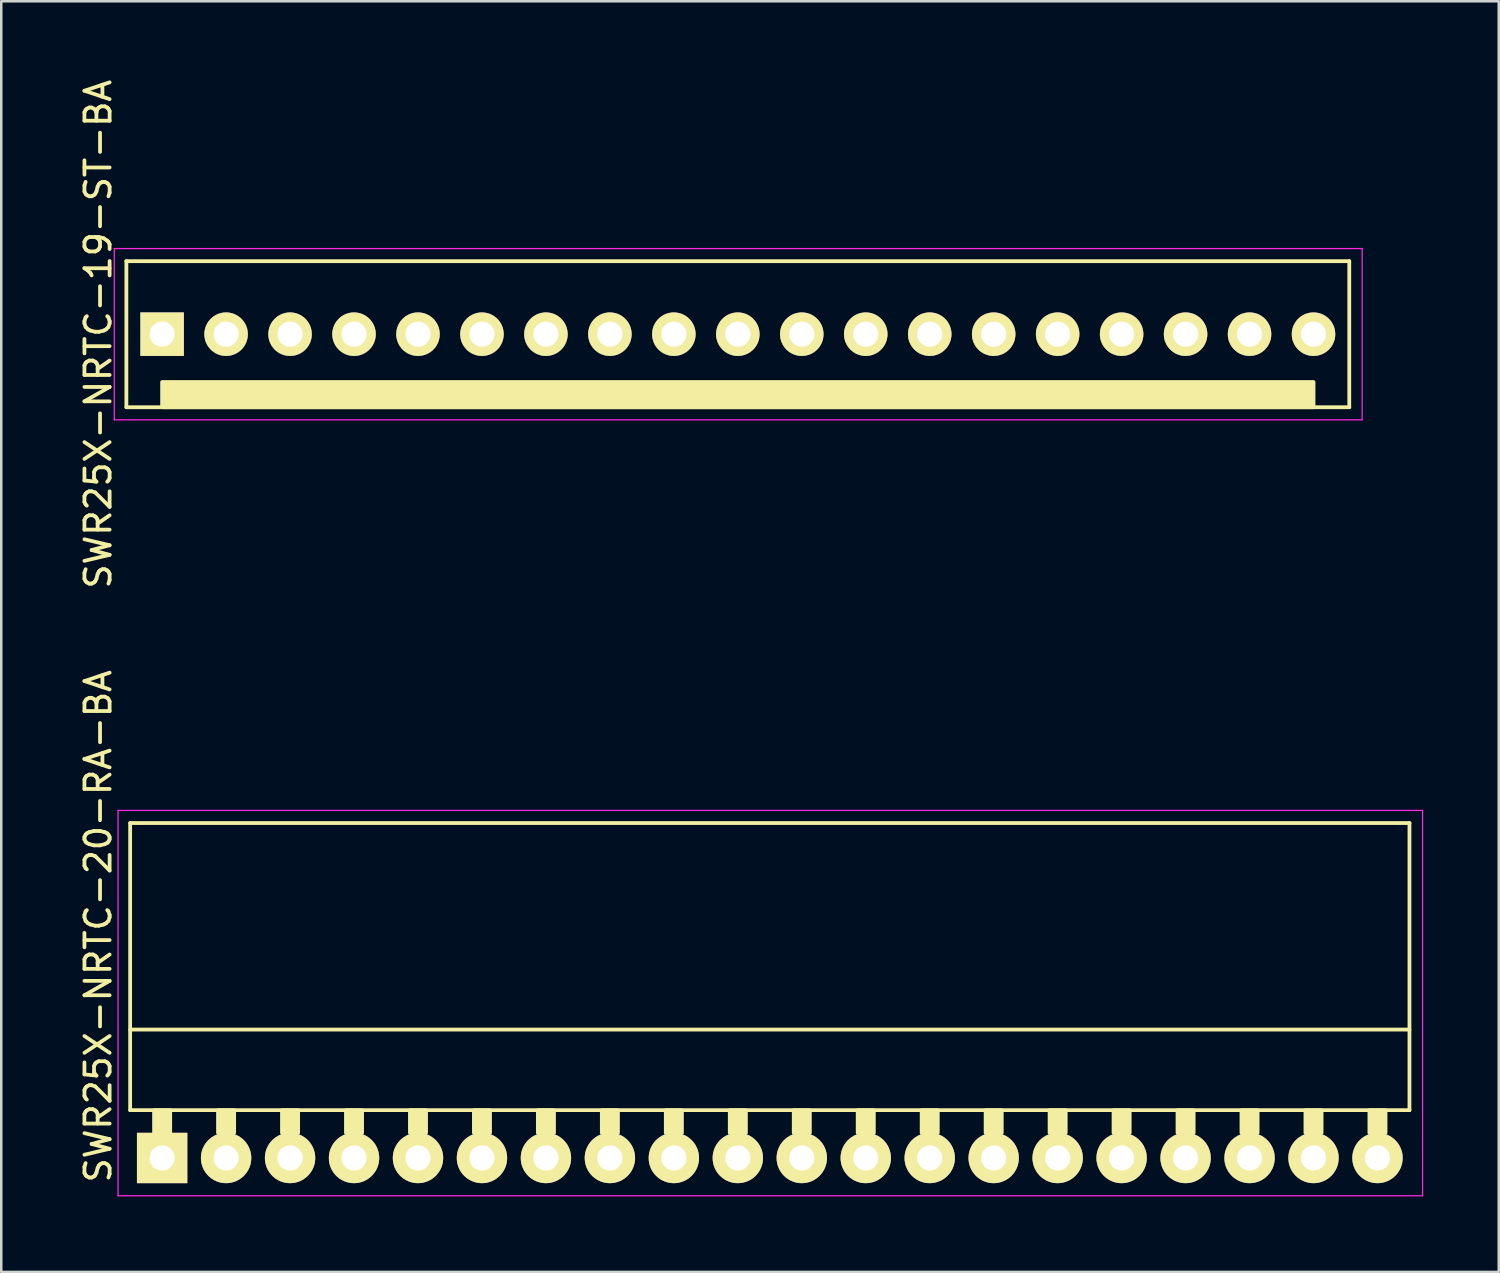
<source format=kicad_pcb>
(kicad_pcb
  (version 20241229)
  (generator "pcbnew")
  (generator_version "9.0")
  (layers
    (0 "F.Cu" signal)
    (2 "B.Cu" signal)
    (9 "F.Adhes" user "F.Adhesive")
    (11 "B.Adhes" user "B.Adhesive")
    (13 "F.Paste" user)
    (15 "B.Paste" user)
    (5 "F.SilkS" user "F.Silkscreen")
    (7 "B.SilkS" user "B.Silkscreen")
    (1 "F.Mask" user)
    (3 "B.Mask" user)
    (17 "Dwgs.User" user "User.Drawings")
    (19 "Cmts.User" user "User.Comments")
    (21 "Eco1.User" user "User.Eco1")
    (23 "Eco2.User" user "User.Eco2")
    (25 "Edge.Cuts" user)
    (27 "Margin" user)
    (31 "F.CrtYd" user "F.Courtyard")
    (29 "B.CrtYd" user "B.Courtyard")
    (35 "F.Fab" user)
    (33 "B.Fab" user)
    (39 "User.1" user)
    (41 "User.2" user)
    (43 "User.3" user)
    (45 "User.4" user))
  (footprint "SWR25X-NRTC-20-RA-BA"
    (layer "F.Cu")
    (at 3.388 42.932)
    (property "Reference" "SWR25X-NRTC-20-RA-BA" (at -2.54 -9.2 270) (layer "F.SilkS") (effects (font (size 1 1) (thickness 0.15))))
    (attr through_hole)
    (fp_line (start -1.27 -13.3) (end -1.27 -1.9) (stroke (width 0.15) (type solid)) (layer "F.SilkS"))
    (fp_line (start -1.27 -13.3) (end 49.53 -13.3) (stroke (width 0.15) (type solid)) (layer "F.SilkS"))
    (fp_line (start -1.27 -5.1) (end 49.53 -5.1) (stroke (width 0.15) (type solid)) (layer "F.SilkS"))
    (fp_line (start -1.27 -1.9) (end 49.53 -1.9) (stroke (width 0.15) (type solid)) (layer "F.SilkS"))
    (fp_line (start 49.53 -13.3) (end 49.53 -1.9) (stroke (width 0.15) (type solid)) (layer "F.SilkS"))
    (fp_poly (pts (xy 0.32 -1.9) (xy -0.32 -1.9) (xy -0.32 -1) (xy 0.32 -1)) (stroke (width 0.15) (type solid)) (fill yes) (layer "F.SilkS"))
    (fp_poly (pts (xy 2.86 -1.9) (xy 2.22 -1.9) (xy 2.22 -1) (xy 2.86 -1)) (stroke (width 0.15) (type solid)) (fill yes) (layer "F.SilkS"))
    (fp_poly (pts (xy 5.4 -1.9) (xy 4.76 -1.9) (xy 4.76 -1) (xy 5.4 -1)) (stroke (width 0.15) (type solid)) (fill yes) (layer "F.SilkS"))
    (fp_poly (pts (xy 7.94 -1.9) (xy 7.3 -1.9) (xy 7.3 -1) (xy 7.94 -1)) (stroke (width 0.15) (type solid)) (fill yes) (layer "F.SilkS"))
    (fp_poly (pts (xy 10.48 -1.9) (xy 9.84 -1.9) (xy 9.84 -1) (xy 10.48 -1)) (stroke (width 0.15) (type solid)) (fill yes) (layer "F.SilkS"))
    (fp_poly (pts (xy 13.02 -1.9) (xy 12.38 -1.9) (xy 12.38 -1) (xy 13.02 -1)) (stroke (width 0.15) (type solid)) (fill yes) (layer "F.SilkS"))
    (fp_poly (pts (xy 15.56 -1.9) (xy 14.92 -1.9) (xy 14.92 -1) (xy 15.56 -1)) (stroke (width 0.15) (type solid)) (fill yes) (layer "F.SilkS"))
    (fp_poly (pts (xy 18.1 -1.9) (xy 17.46 -1.9) (xy 17.46 -1) (xy 18.1 -1)) (stroke (width 0.15) (type solid)) (fill yes) (layer "F.SilkS"))
    (fp_poly (pts (xy 20.64 -1.9) (xy 20 -1.9) (xy 20 -1) (xy 20.64 -1)) (stroke (width 0.15) (type solid)) (fill yes) (layer "F.SilkS"))
    (fp_poly (pts (xy 23.18 -1.9) (xy 22.54 -1.9) (xy 22.54 -1) (xy 23.18 -1)) (stroke (width 0.15) (type solid)) (fill yes) (layer "F.SilkS"))
    (fp_poly (pts (xy 25.72 -1.9) (xy 25.08 -1.9) (xy 25.08 -1) (xy 25.72 -1)) (stroke (width 0.15) (type solid)) (fill yes) (layer "F.SilkS"))
    (fp_poly (pts (xy 28.26 -1.9) (xy 27.62 -1.9) (xy 27.62 -1) (xy 28.26 -1)) (stroke (width 0.15) (type solid)) (fill yes) (layer "F.SilkS"))
    (fp_poly (pts (xy 30.8 -1.9) (xy 30.16 -1.9) (xy 30.16 -1) (xy 30.8 -1)) (stroke (width 0.15) (type solid)) (fill yes) (layer "F.SilkS"))
    (fp_poly (pts (xy 33.34 -1.9) (xy 32.7 -1.9) (xy 32.7 -1) (xy 33.34 -1)) (stroke (width 0.15) (type solid)) (fill yes) (layer "F.SilkS"))
    (fp_poly (pts (xy 35.88 -1.9) (xy 35.24 -1.9) (xy 35.24 -1) (xy 35.88 -1)) (stroke (width 0.15) (type solid)) (fill yes) (layer "F.SilkS"))
    (fp_poly (pts (xy 38.42 -1.9) (xy 37.78 -1.9) (xy 37.78 -1) (xy 38.42 -1)) (stroke (width 0.15) (type solid)) (fill yes) (layer "F.SilkS"))
    (fp_poly (pts (xy 40.96 -1.9) (xy 40.32 -1.9) (xy 40.32 -1) (xy 40.96 -1)) (stroke (width 0.15) (type solid)) (fill yes) (layer "F.SilkS"))
    (fp_poly (pts (xy 43.5 -1.9) (xy 42.86 -1.9) (xy 42.86 -1) (xy 43.5 -1)) (stroke (width 0.15) (type solid)) (fill yes) (layer "F.SilkS"))
    (fp_poly (pts (xy 46.04 -1.9) (xy 45.4 -1.9) (xy 45.4 -1) (xy 46.04 -1)) (stroke (width 0.15) (type solid)) (fill yes) (layer "F.SilkS"))
    (fp_poly (pts (xy 48.58 -1.9) (xy 47.94 -1.9) (xy 47.94 -1) (xy 48.58 -1)) (stroke (width 0.15) (type solid)) (fill yes) (layer "F.SilkS"))
    (fp_line (start -1.75 -13.8) (end -1.75 1.5) (stroke (width 0.05) (type solid)) (layer "F.CrtYd"))
    (fp_line (start -1.75 -13.8) (end 50.05 -13.8) (stroke (width 0.05) (type solid)) (layer "F.CrtYd"))
    (fp_line (start -1.75 1.5) (end 50.05 1.5) (stroke (width 0.05) (type solid)) (layer "F.CrtYd"))
    (fp_line (start 50.05 -13.8) (end 50.05 1.5) (stroke (width 0.05) (type solid)) (layer "F.CrtYd"))
    (pad "1" thru_hole rect (at 0 0) (size 2 2) (drill 1) (layers "*.Cu" "*.Mask" "F.SilkS"))
    (pad "2" thru_hole circle (at 2.54 0) (size 2 2) (drill 1) (layers "*.Cu" "*.Mask" "F.SilkS"))
    (pad "3" thru_hole circle (at 5.08 0) (size 2 2) (drill 1) (layers "*.Cu" "*.Mask" "F.SilkS"))
    (pad "4" thru_hole circle (at 7.62 0) (size 2 2) (drill 1) (layers "*.Cu" "*.Mask" "F.SilkS"))
    (pad "5" thru_hole circle (at 10.16 0) (size 2 2) (drill 1) (layers "*.Cu" "*.Mask" "F.SilkS"))
    (pad "6" thru_hole circle (at 12.7 0) (size 2 2) (drill 1) (layers "*.Cu" "*.Mask" "F.SilkS"))
    (pad "7" thru_hole circle (at 15.24 0) (size 2 2) (drill 1) (layers "*.Cu" "*.Mask" "F.SilkS"))
    (pad "8" thru_hole circle (at 17.78 0) (size 2 2) (drill 1) (layers "*.Cu" "*.Mask" "F.SilkS"))
    (pad "9" thru_hole circle (at 20.32 0) (size 2 2) (drill 1) (layers "*.Cu" "*.Mask" "F.SilkS"))
    (pad "10" thru_hole circle (at 22.86 0) (size 2 2) (drill 1) (layers "*.Cu" "*.Mask" "F.SilkS"))
    (pad "11" thru_hole circle (at 25.4 0) (size 2 2) (drill 1) (layers "*.Cu" "*.Mask" "F.SilkS"))
    (pad "12" thru_hole circle (at 27.94 0) (size 2 2) (drill 1) (layers "*.Cu" "*.Mask" "F.SilkS"))
    (pad "13" thru_hole circle (at 30.48 0) (size 2 2) (drill 1) (layers "*.Cu" "*.Mask" "F.SilkS"))
    (pad "14" thru_hole circle (at 33.02 0) (size 2 2) (drill 1) (layers "*.Cu" "*.Mask" "F.SilkS"))
    (pad "15" thru_hole circle (at 35.56 0) (size 2 2) (drill 1) (layers "*.Cu" "*.Mask" "F.SilkS"))
    (pad "16" thru_hole circle (at 38.1 0) (size 2 2) (drill 1) (layers "*.Cu" "*.Mask" "F.SilkS"))
    (pad "17" thru_hole circle (at 40.64 0) (size 2 2) (drill 1) (layers "*.Cu" "*.Mask" "F.SilkS"))
    (pad "18" thru_hole circle (at 43.18 0) (size 2 2) (drill 1) (layers "*.Cu" "*.Mask" "F.SilkS"))
    (pad "19" thru_hole circle (at 45.72 0) (size 2 2) (drill 1) (layers "*.Cu" "*.Mask" "F.SilkS"))
    (pad "20" thru_hole circle (at 48.26 0) (size 2 2) (drill 1) (layers "*.Cu" "*.Mask" "F.SilkS")))
  (footprint "SWR25X-NRTC-19-ST-BA"
    (layer "F.Cu")
    (at 3.388 10.22)
    (property "Reference" "SWR25X-NRTC-19-ST-BA" (at -2.54 0 270) (layer "F.SilkS") (effects (font (size 1 1) (thickness 0.15))))
    (attr through_hole)
    (fp_line (start -1.42 -2.9) (end 47.14 -2.9) (stroke (width 0.15) (type solid)) (layer "F.SilkS"))
    (fp_line (start -1.42 2.9) (end -1.42 -2.9) (stroke (width 0.15) (type solid)) (layer "F.SilkS"))
    (fp_line (start -1.42 2.9) (end 47.14 2.9) (stroke (width 0.15) (type solid)) (layer "F.SilkS"))
    (fp_line (start 47.14 2.9) (end 47.14 -2.9) (stroke (width 0.15) (type solid)) (layer "F.SilkS"))
    (fp_poly (pts (xy 45.72 2.9) (xy 0 2.9) (xy 0 1.9) (xy 45.72 1.9)) (stroke (width 0.15) (type solid)) (fill yes) (layer "F.SilkS"))
    (fp_line (start -1.9 -3.4) (end 47.65 -3.4) (stroke (width 0.05) (type solid)) (layer "F.CrtYd"))
    (fp_line (start -1.9 3.4) (end -1.9 -3.4) (stroke (width 0.05) (type solid)) (layer "F.CrtYd"))
    (fp_line (start -1.9 3.4) (end 47.65 3.4) (stroke (width 0.05) (type solid)) (layer "F.CrtYd"))
    (fp_line (start 47.65 3.4) (end 47.65 -3.4) (stroke (width 0.05) (type solid)) (layer "F.CrtYd"))
    (pad "1" thru_hole rect (at 0 0) (size 1.727 1.727) (drill 1) (layers "*.Cu" "*.Mask" "F.SilkS"))
    (pad "2" thru_hole circle (at 2.54 0) (size 1.727 1.727) (drill 1) (layers "*.Cu" "*.Mask" "F.SilkS"))
    (pad "3" thru_hole circle (at 5.08 0) (size 1.727 1.727) (drill 1) (layers "*.Cu" "*.Mask" "F.SilkS"))
    (pad "4" thru_hole circle (at 7.62 0) (size 1.727 1.727) (drill 1) (layers "*.Cu" "*.Mask" "F.SilkS"))
    (pad "5" thru_hole circle (at 10.16 0) (size 1.727 1.727) (drill 1) (layers "*.Cu" "*.Mask" "F.SilkS"))
    (pad "6" thru_hole circle (at 12.7 0) (size 1.727 1.727) (drill 1) (layers "*.Cu" "*.Mask" "F.SilkS"))
    (pad "7" thru_hole circle (at 15.24 0) (size 1.727 1.727) (drill 1) (layers "*.Cu" "*.Mask" "F.SilkS"))
    (pad "8" thru_hole circle (at 17.78 0) (size 1.727 1.727) (drill 1) (layers "*.Cu" "*.Mask" "F.SilkS"))
    (pad "9" thru_hole circle (at 20.32 0) (size 1.727 1.727) (drill 1) (layers "*.Cu" "*.Mask" "F.SilkS"))
    (pad "10" thru_hole circle (at 22.86 0) (size 1.727 1.727) (drill 1) (layers "*.Cu" "*.Mask" "F.SilkS"))
    (pad "11" thru_hole circle (at 25.4 0) (size 1.727 1.727) (drill 1) (layers "*.Cu" "*.Mask" "F.SilkS"))
    (pad "12" thru_hole circle (at 27.94 0) (size 1.727 1.727) (drill 1) (layers "*.Cu" "*.Mask" "F.SilkS"))
    (pad "13" thru_hole circle (at 30.48 0) (size 1.727 1.727) (drill 1) (layers "*.Cu" "*.Mask" "F.SilkS"))
    (pad "14" thru_hole circle (at 33.02 0) (size 1.727 1.727) (drill 1) (layers "*.Cu" "*.Mask" "F.SilkS"))
    (pad "15" thru_hole circle (at 35.56 0) (size 1.727 1.727) (drill 1) (layers "*.Cu" "*.Mask" "F.SilkS"))
    (pad "16" thru_hole circle (at 38.1 0) (size 1.727 1.727) (drill 1) (layers "*.Cu" "*.Mask" "F.SilkS"))
    (pad "17" thru_hole circle (at 40.64 0) (size 1.727 1.727) (drill 1) (layers "*.Cu" "*.Mask" "F.SilkS"))
    (pad "18" thru_hole circle (at 43.18 0) (size 1.727 1.727) (drill 1) (layers "*.Cu" "*.Mask" "F.SilkS"))
    (pad "19" thru_hole circle (at 45.72 0) (size 1.727 1.727) (drill 1) (layers "*.Cu" "*.Mask" "F.SilkS")))
  (gr_rect
    (start -3 -3)
    (end 56.463 47.457)
    (stroke (width 0.1) (type default))
    (fill no)
    (layer "Edge.Cuts")))
</source>
